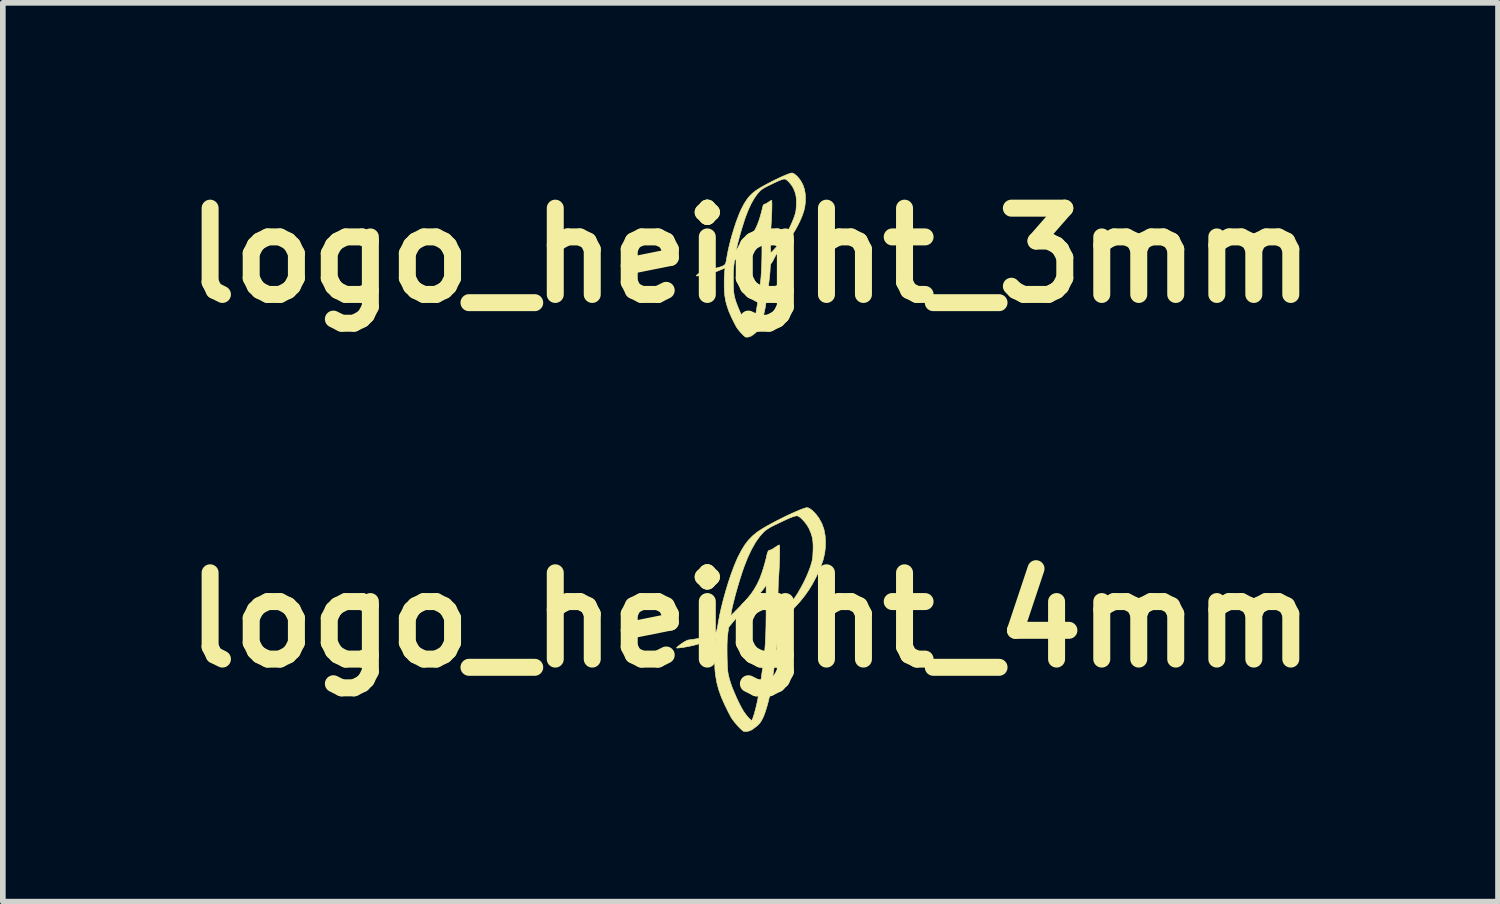
<source format=kicad_pcb>
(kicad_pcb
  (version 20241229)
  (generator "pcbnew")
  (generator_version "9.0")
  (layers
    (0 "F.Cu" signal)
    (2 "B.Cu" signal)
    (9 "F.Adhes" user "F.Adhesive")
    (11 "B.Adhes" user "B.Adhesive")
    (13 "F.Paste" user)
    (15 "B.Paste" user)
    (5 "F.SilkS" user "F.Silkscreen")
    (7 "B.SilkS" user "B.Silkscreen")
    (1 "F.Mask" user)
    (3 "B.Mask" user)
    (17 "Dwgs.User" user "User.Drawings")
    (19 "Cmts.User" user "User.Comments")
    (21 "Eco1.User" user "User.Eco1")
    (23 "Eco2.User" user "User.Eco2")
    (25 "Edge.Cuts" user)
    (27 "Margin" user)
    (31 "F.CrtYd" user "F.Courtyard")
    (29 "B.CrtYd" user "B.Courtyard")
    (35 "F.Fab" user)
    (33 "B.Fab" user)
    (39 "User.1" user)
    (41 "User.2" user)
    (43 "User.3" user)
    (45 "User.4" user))
  (footprint "logo_height_4mm"
    (layer "F.Cu")
    (at 10.204 7.901)
    (property "Reference" "logo_height_4mm" (at 0 0 0) (layer "F.SilkS") (effects (font (size 1.524 1.524) (thickness 0.3))))
    (attr board_only exclude_from_pos_files exclude_from_bom dnp)
    (fp_poly (pts (xy 1.034 -1.976) (xy 1.075 -1.95) (xy 1.119 -1.91) (xy 1.165 -1.86) (xy 1.207 -1.803) (xy 1.21 -1.798) (xy 1.262 -1.704) (xy 1.298 -1.603) (xy 1.319 -1.491) (xy 1.325 -1.405) (xy 1.324 -1.291) (xy 1.311 -1.178) (xy 1.284 -1.064) (xy 1.243 -0.944) (xy 1.186 -0.814) (xy 1.161 -0.761) (xy 1.097 -0.64) (xy 1.03 -0.531) (xy 0.957 -0.427) (xy 0.873 -0.323) (xy 0.773 -0.214) (xy 0.762 -0.202) (xy 0.707 -0.142) (xy 0.663 -0.086) (xy 0.624 -0.027) (xy 0.585 0.042) (xy 0.566 0.081) (xy 0.542 0.125) (xy 0.521 0.162) (xy 0.504 0.186) (xy 0.499 0.192) (xy 0.491 0.202) (xy 0.485 0.222) (xy 0.48 0.256) (xy 0.476 0.306) (xy 0.471 0.376) (xy 0.471 0.381) (xy 0.466 0.448) (xy 0.458 0.531) (xy 0.448 0.623) (xy 0.436 0.717) (xy 0.423 0.806) (xy 0.422 0.812) (xy 0.41 0.894) (xy 0.398 0.975) (xy 0.387 1.05) (xy 0.377 1.114) (xy 0.371 1.162) (xy 0.37 1.171) (xy 0.357 1.252) (xy 0.338 1.342) (xy 0.316 1.436) (xy 0.291 1.528) (xy 0.265 1.612) (xy 0.239 1.684) (xy 0.219 1.729) (xy 0.19 1.784) (xy 0.161 1.825) (xy 0.127 1.86) (xy 0.107 1.877) (xy 0.07 1.905) (xy 0.036 1.93) (xy 0.012 1.945) (xy -0.031 1.961) (xy -0.076 1.969) (xy -0.114 1.966) (xy -0.122 1.964) (xy -0.143 1.949) (xy -0.175 1.92) (xy -0.213 1.881) (xy -0.252 1.837) (xy -0.289 1.793) (xy -0.32 1.751) (xy -0.331 1.736) (xy -0.349 1.705) (xy -0.374 1.657) (xy -0.404 1.599) (xy -0.435 1.535) (xy -0.456 1.493) (xy -0.517 1.354) (xy -0.562 1.226) (xy -0.595 1.101) (xy -0.617 0.972) (xy -0.625 0.901) (xy -0.629 0.839) (xy -0.631 0.764) (xy -0.632 0.681) (xy -0.631 0.596) (xy -0.629 0.514) (xy -0.626 0.46) (xy -0.413 0.46) (xy -0.413 0.556) (xy -0.412 0.641) (xy -0.41 0.728) (xy -0.408 0.796) (xy -0.405 0.85) (xy -0.401 0.895) (xy -0.396 0.933) (xy -0.389 0.971) (xy -0.379 1.013) (xy -0.371 1.043) (xy -0.35 1.113) (xy -0.32 1.197) (xy -0.282 1.288) (xy -0.241 1.382) (xy -0.198 1.472) (xy -0.156 1.552) (xy -0.12 1.614) (xy -0.091 1.655) (xy -0.059 1.696) (xy -0.028 1.731) (xy -0.001 1.758) (xy 0.018 1.771) (xy 0.024 1.772) (xy 0.032 1.758) (xy 0.044 1.728) (xy 0.057 1.687) (xy 0.063 1.671) (xy 0.093 1.562) (xy 0.119 1.451) (xy 0.142 1.333) (xy 0.164 1.199) (xy 0.167 1.178) (xy 0.18 1.094) (xy 0.194 0.999) (xy 0.208 0.901) (xy 0.221 0.812) (xy 0.224 0.791) (xy 0.239 0.674) (xy 0.252 0.549) (xy 0.262 0.415) (xy 0.269 0.268) (xy 0.274 0.106) (xy 0.276 -0.074) (xy 0.277 -0.231) (xy 0.277 -0.617) (xy 0.234 -0.554) (xy 0.211 -0.523) (xy 0.174 -0.48) (xy 0.127 -0.427) (xy 0.071 -0.367) (xy 0.012 -0.305) (xy -0.049 -0.242) (xy -0.109 -0.183) (xy -0.148 -0.145) (xy -0.182 -0.112) (xy -0.223 -0.066) (xy -0.267 -0.016) (xy -0.297 0.02) (xy -0.384 0.127) (xy -0.401 0.251) (xy -0.407 0.311) (xy -0.411 0.379) (xy -0.413 0.46) (xy -0.626 0.46) (xy -0.626 0.44) (xy -0.621 0.379) (xy -0.616 0.344) (xy -0.609 0.301) (xy -0.729 0.352) (xy -0.792 0.377) (xy -0.86 0.403) (xy -0.924 0.424) (xy -0.953 0.433) (xy -1.004 0.446) (xy -1.063 0.46) (xy -1.126 0.472) (xy -1.186 0.483) (xy -1.24 0.49) (xy -1.28 0.494) (xy -1.303 0.494) (xy -1.303 0.487) (xy -1.288 0.471) (xy -1.262 0.449) (xy -1.228 0.424) (xy -1.191 0.399) (xy -1.155 0.377) (xy -1.124 0.361) (xy -1.103 0.353) (xy -0.977 0.335) (xy -0.867 0.314) (xy -0.775 0.292) (xy -0.701 0.27) (xy -0.648 0.246) (xy -0.618 0.224) (xy -0.606 0.208) (xy -0.596 0.183) (xy -0.586 0.146) (xy -0.576 0.094) (xy -0.567 0.037) (xy -0.546 -0.075) (xy -0.348 -0.075) (xy -0.185 -0.24) (xy -0.102 -0.326) (xy -0.035 -0.403) (xy 0.021 -0.475) (xy 0.069 -0.547) (xy 0.113 -0.624) (xy 0.144 -0.687) (xy 0.171 -0.749) (xy 0.2 -0.828) (xy 0.229 -0.916) (xy 0.255 -1.007) (xy 0.278 -1.094) (xy 0.288 -1.142) (xy 0.301 -1.191) (xy 0.315 -1.221) (xy 0.334 -1.234) (xy 0.346 -1.235) (xy 0.365 -1.242) (xy 0.396 -1.258) (xy 0.432 -1.282) (xy 0.466 -1.305) (xy 0.494 -1.321) (xy 0.51 -1.328) (xy 0.51 -1.328) (xy 0.514 -1.317) (xy 0.516 -1.286) (xy 0.517 -1.238) (xy 0.516 -1.176) (xy 0.515 -1.103) (xy 0.512 -1.022) (xy 0.509 -0.936) (xy 0.504 -0.848) (xy 0.499 -0.762) (xy 0.496 -0.722) (xy 0.493 -0.674) (xy 0.491 -0.613) (xy 0.489 -0.544) (xy 0.487 -0.469) (xy 0.486 -0.391) (xy 0.485 -0.315) (xy 0.485 -0.243) (xy 0.486 -0.18) (xy 0.487 -0.127) (xy 0.488 -0.09) (xy 0.491 -0.071) (xy 0.492 -0.069) (xy 0.503 -0.077) (xy 0.524 -0.097) (xy 0.546 -0.118) (xy 0.618 -0.195) (xy 0.691 -0.279) (xy 0.758 -0.363) (xy 0.797 -0.415) (xy 0.844 -0.489) (xy 0.895 -0.578) (xy 0.946 -0.675) (xy 0.993 -0.774) (xy 1.032 -0.869) (xy 1.058 -0.938) (xy 1.075 -0.995) (xy 1.088 -1.04) (xy 1.096 -1.083) (xy 1.101 -1.131) (xy 1.104 -1.191) (xy 1.106 -1.228) (xy 1.107 -1.32) (xy 1.102 -1.397) (xy 1.091 -1.463) (xy 1.072 -1.527) (xy 1.044 -1.595) (xy 1.035 -1.616) (xy 1.006 -1.666) (xy 0.969 -1.718) (xy 0.927 -1.767) (xy 0.887 -1.806) (xy 0.851 -1.832) (xy 0.844 -1.835) (xy 0.828 -1.84) (xy 0.807 -1.84) (xy 0.78 -1.834) (xy 0.744 -1.822) (xy 0.697 -1.804) (xy 0.636 -1.777) (xy 0.559 -1.741) (xy 0.477 -1.702) (xy 0.402 -1.666) (xy 0.344 -1.635) (xy 0.299 -1.607) (xy 0.262 -1.58) (xy 0.236 -1.557) (xy 0.163 -1.476) (xy 0.09 -1.373) (xy 0.021 -1.251) (xy -0.046 -1.11) (xy -0.108 -0.953) (xy -0.114 -0.937) (xy -0.145 -0.848) (xy -0.177 -0.749) (xy -0.209 -0.644) (xy -0.24 -0.538) (xy -0.269 -0.434) (xy -0.294 -0.336) (xy -0.316 -0.248) (xy -0.332 -0.175) (xy -0.34 -0.127) (xy -0.348 -0.075) (xy -0.546 -0.075) (xy -0.544 -0.086) (xy -0.514 -0.222) (xy -0.478 -0.365) (xy -0.437 -0.512) (xy -0.393 -0.657) (xy -0.347 -0.796) (xy -0.3 -0.924) (xy -0.254 -1.038) (xy -0.22 -1.114) (xy -0.158 -1.232) (xy -0.097 -1.331) (xy -0.032 -1.415) (xy 0.038 -1.487) (xy 0.119 -1.553) (xy 0.212 -1.614) (xy 0.216 -1.616) (xy 0.292 -1.661) (xy 0.376 -1.707) (xy 0.465 -1.754) (xy 0.556 -1.8) (xy 0.645 -1.844) (xy 0.732 -1.884) (xy 0.811 -1.919) (xy 0.881 -1.949) (xy 0.939 -1.97) (xy 0.981 -1.983) (xy 1.001 -1.986) (xy 1.034 -1.976)) (stroke (width 0.01) (type solid)) (fill yes) (layer "F.SilkS")))
  (footprint "logo_height_3mm"
    (layer "F.Cu")
    (at 10.204 1.461)
    (property "Reference" "logo_height_3mm" (at 0 0 0) (layer "F.SilkS") (effects (font (size 1.524 1.524) (thickness 0.3))))
    (attr board_only exclude_from_pos_files exclude_from_bom dnp)
    (fp_poly (pts (xy 0.758 -1.449) (xy 0.788 -1.43) (xy 0.821 -1.401) (xy 0.854 -1.364) (xy 0.885 -1.322) (xy 0.887 -1.319) (xy 0.926 -1.249) (xy 0.952 -1.175) (xy 0.967 -1.093) (xy 0.972 -1.031) (xy 0.971 -0.947) (xy 0.961 -0.864) (xy 0.942 -0.78) (xy 0.911 -0.692) (xy 0.87 -0.597) (xy 0.851 -0.558) (xy 0.804 -0.47) (xy 0.756 -0.389) (xy 0.702 -0.313) (xy 0.64 -0.237) (xy 0.567 -0.157) (xy 0.559 -0.148) (xy 0.519 -0.104) (xy 0.486 -0.063) (xy 0.458 -0.02) (xy 0.429 0.031) (xy 0.415 0.059) (xy 0.398 0.092) (xy 0.382 0.119) (xy 0.37 0.136) (xy 0.366 0.141) (xy 0.36 0.148) (xy 0.356 0.163) (xy 0.352 0.188) (xy 0.349 0.225) (xy 0.346 0.276) (xy 0.346 0.279) (xy 0.342 0.329) (xy 0.336 0.39) (xy 0.328 0.457) (xy 0.32 0.526) (xy 0.31 0.591) (xy 0.31 0.596) (xy 0.301 0.656) (xy 0.292 0.715) (xy 0.284 0.77) (xy 0.277 0.817) (xy 0.272 0.852) (xy 0.271 0.858) (xy 0.262 0.918) (xy 0.248 0.984) (xy 0.232 1.053) (xy 0.213 1.12) (xy 0.194 1.182) (xy 0.175 1.235) (xy 0.161 1.268) (xy 0.139 1.308) (xy 0.118 1.338) (xy 0.093 1.364) (xy 0.079 1.376) (xy 0.052 1.397) (xy 0.026 1.415) (xy 0.009 1.426) (xy -0.022 1.438) (xy -0.056 1.444) (xy -0.083 1.442) (xy -0.089 1.44) (xy -0.105 1.429) (xy -0.128 1.408) (xy -0.156 1.379) (xy -0.185 1.347) (xy -0.212 1.315) (xy -0.235 1.284) (xy -0.242 1.273) (xy -0.256 1.25) (xy -0.274 1.215) (xy -0.296 1.173) (xy -0.319 1.126) (xy -0.334 1.095) (xy -0.379 0.993) (xy -0.412 0.899) (xy -0.437 0.807) (xy -0.453 0.713) (xy -0.458 0.66) (xy -0.461 0.615) (xy -0.463 0.56) (xy -0.463 0.5) (xy -0.463 0.437) (xy -0.461 0.377) (xy -0.459 0.337) (xy -0.303 0.337) (xy -0.303 0.408) (xy -0.302 0.47) (xy -0.301 0.534) (xy -0.299 0.584) (xy -0.297 0.624) (xy -0.294 0.656) (xy -0.29 0.685) (xy -0.285 0.712) (xy -0.278 0.743) (xy -0.272 0.765) (xy -0.257 0.816) (xy -0.234 0.877) (xy -0.207 0.945) (xy -0.177 1.013) (xy -0.145 1.079) (xy -0.114 1.138) (xy -0.088 1.183) (xy -0.067 1.214) (xy -0.043 1.244) (xy -0.021 1.27) (xy -0.001 1.289) (xy 0.013 1.299) (xy 0.018 1.299) (xy 0.023 1.289) (xy 0.032 1.267) (xy 0.042 1.237) (xy 0.046 1.225) (xy 0.068 1.145) (xy 0.087 1.064) (xy 0.104 0.977) (xy 0.12 0.879) (xy 0.123 0.864) (xy 0.132 0.802) (xy 0.142 0.732) (xy 0.153 0.661) (xy 0.162 0.595) (xy 0.164 0.58) (xy 0.175 0.494) (xy 0.185 0.403) (xy 0.192 0.304) (xy 0.197 0.197) (xy 0.201 0.078) (xy 0.203 -0.054) (xy 0.203 -0.169) (xy 0.203 -0.453) (xy 0.172 -0.406) (xy 0.155 -0.384) (xy 0.128 -0.352) (xy 0.093 -0.313) (xy 0.052 -0.269) (xy 0.009 -0.224) (xy -0.036 -0.178) (xy -0.08 -0.134) (xy -0.109 -0.107) (xy -0.133 -0.082) (xy -0.164 -0.049) (xy -0.196 -0.012) (xy -0.218 0.015) (xy -0.281 0.093) (xy -0.294 0.184) (xy -0.298 0.228) (xy -0.302 0.278) (xy -0.303 0.337) (xy -0.459 0.337) (xy -0.459 0.322) (xy -0.455 0.278) (xy -0.452 0.252) (xy -0.447 0.221) (xy -0.534 0.258) (xy -0.58 0.277) (xy -0.631 0.295) (xy -0.678 0.311) (xy -0.699 0.317) (xy -0.736 0.327) (xy -0.78 0.337) (xy -0.826 0.346) (xy -0.87 0.354) (xy -0.909 0.36) (xy -0.939 0.363) (xy -0.955 0.362) (xy -0.956 0.357) (xy -0.945 0.345) (xy -0.925 0.329) (xy -0.9 0.311) (xy -0.873 0.292) (xy -0.847 0.276) (xy -0.824 0.264) (xy -0.809 0.259) (xy -0.716 0.245) (xy -0.636 0.23) (xy -0.568 0.214) (xy -0.514 0.198) (xy -0.475 0.18) (xy -0.453 0.164) (xy -0.444 0.152) (xy -0.437 0.134) (xy -0.43 0.107) (xy -0.422 0.069) (xy -0.416 0.027) (xy -0.4 -0.055) (xy -0.255 -0.055) (xy -0.135 -0.176) (xy -0.075 -0.239) (xy -0.026 -0.295) (xy 0.015 -0.348) (xy 0.051 -0.401) (xy 0.083 -0.458) (xy 0.106 -0.504) (xy 0.125 -0.55) (xy 0.147 -0.607) (xy 0.168 -0.672) (xy 0.187 -0.739) (xy 0.204 -0.803) (xy 0.211 -0.838) (xy 0.221 -0.874) (xy 0.231 -0.895) (xy 0.245 -0.905) (xy 0.254 -0.906) (xy 0.268 -0.911) (xy 0.29 -0.923) (xy 0.316 -0.94) (xy 0.342 -0.957) (xy 0.363 -0.969) (xy 0.374 -0.974) (xy 0.374 -0.974) (xy 0.377 -0.966) (xy 0.378 -0.943) (xy 0.379 -0.908) (xy 0.379 -0.862) (xy 0.378 -0.809) (xy 0.376 -0.749) (xy 0.373 -0.686) (xy 0.37 -0.622) (xy 0.366 -0.559) (xy 0.364 -0.529) (xy 0.362 -0.494) (xy 0.36 -0.45) (xy 0.358 -0.399) (xy 0.357 -0.344) (xy 0.356 -0.287) (xy 0.356 -0.231) (xy 0.356 -0.178) (xy 0.356 -0.132) (xy 0.357 -0.093) (xy 0.358 -0.066) (xy 0.36 -0.052) (xy 0.361 -0.051) (xy 0.369 -0.056) (xy 0.385 -0.071) (xy 0.401 -0.087) (xy 0.453 -0.143) (xy 0.507 -0.205) (xy 0.556 -0.267) (xy 0.584 -0.305) (xy 0.619 -0.358) (xy 0.657 -0.424) (xy 0.694 -0.495) (xy 0.728 -0.568) (xy 0.757 -0.637) (xy 0.776 -0.688) (xy 0.789 -0.729) (xy 0.798 -0.763) (xy 0.804 -0.795) (xy 0.807 -0.829) (xy 0.81 -0.873) (xy 0.811 -0.901) (xy 0.812 -0.968) (xy 0.808 -1.024) (xy 0.8 -1.073) (xy 0.786 -1.12) (xy 0.766 -1.17) (xy 0.759 -1.185) (xy 0.738 -1.222) (xy 0.71 -1.26) (xy 0.68 -1.296) (xy 0.65 -1.325) (xy 0.624 -1.343) (xy 0.619 -1.346) (xy 0.607 -1.349) (xy 0.592 -1.349) (xy 0.572 -1.345) (xy 0.545 -1.336) (xy 0.511 -1.323) (xy 0.466 -1.303) (xy 0.41 -1.277) (xy 0.35 -1.248) (xy 0.295 -1.221) (xy 0.252 -1.199) (xy 0.219 -1.178) (xy 0.192 -1.159) (xy 0.173 -1.142) (xy 0.119 -1.082) (xy 0.066 -1.007) (xy 0.015 -0.917) (xy -0.034 -0.814) (xy -0.079 -0.699) (xy -0.084 -0.687) (xy -0.106 -0.622) (xy -0.129 -0.549) (xy -0.153 -0.473) (xy -0.176 -0.394) (xy -0.197 -0.318) (xy -0.216 -0.246) (xy -0.232 -0.182) (xy -0.243 -0.128) (xy -0.249 -0.093) (xy -0.255 -0.055) (xy -0.4 -0.055) (xy -0.399 -0.063) (xy -0.377 -0.163) (xy -0.351 -0.268) (xy -0.321 -0.375) (xy -0.288 -0.482) (xy -0.255 -0.584) (xy -0.22 -0.678) (xy -0.187 -0.761) (xy -0.161 -0.817) (xy -0.116 -0.904) (xy -0.071 -0.976) (xy -0.024 -1.038) (xy 0.028 -1.091) (xy 0.087 -1.139) (xy 0.156 -1.184) (xy 0.158 -1.185) (xy 0.214 -1.218) (xy 0.276 -1.252) (xy 0.341 -1.286) (xy 0.407 -1.32) (xy 0.473 -1.352) (xy 0.536 -1.382) (xy 0.595 -1.408) (xy 0.646 -1.429) (xy 0.688 -1.445) (xy 0.719 -1.454) (xy 0.734 -1.456) (xy 0.758 -1.449)) (stroke (width 0.01) (type solid)) (fill yes) (layer "F.SilkS")))
  (gr_rect
    (start -3 -3)
    (end 23.407 12.874)
    (stroke (width 0.1) (type default))
    (fill no)
    (layer "Edge.Cuts")))
</source>
